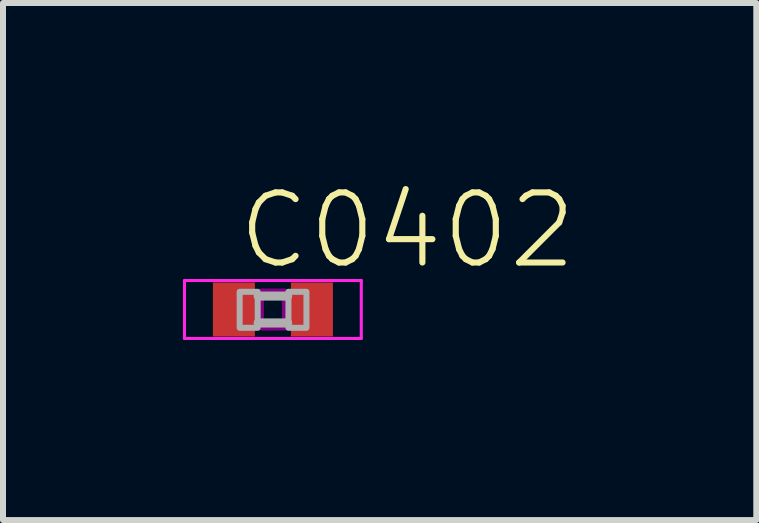
<source format=kicad_pcb>
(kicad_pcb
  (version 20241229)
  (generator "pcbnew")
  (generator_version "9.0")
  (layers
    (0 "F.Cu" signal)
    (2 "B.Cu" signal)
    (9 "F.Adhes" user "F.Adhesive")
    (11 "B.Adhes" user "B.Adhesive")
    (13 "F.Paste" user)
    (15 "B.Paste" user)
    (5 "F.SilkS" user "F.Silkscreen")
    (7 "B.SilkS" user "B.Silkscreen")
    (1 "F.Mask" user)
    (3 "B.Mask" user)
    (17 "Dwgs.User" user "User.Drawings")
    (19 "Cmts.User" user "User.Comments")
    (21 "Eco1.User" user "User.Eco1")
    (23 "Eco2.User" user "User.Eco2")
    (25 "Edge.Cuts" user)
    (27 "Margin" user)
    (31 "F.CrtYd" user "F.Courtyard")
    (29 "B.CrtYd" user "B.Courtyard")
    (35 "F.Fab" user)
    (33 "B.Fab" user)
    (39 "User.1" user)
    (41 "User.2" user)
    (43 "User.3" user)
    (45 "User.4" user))
  (footprint "C0402"
    (layer "F.Cu")
    (at 1.498 2.108)
    (property "Reference" "C0402" (at -0.635 -0.635 0) (layer "F.SilkS") (effects (font (size 1.168 1.168) (thickness 0.102)) (justify left bottom)))
    (fp_poly (pts (xy -0.2 0.3) (xy 0.2 0.3) (xy 0.2 -0.3) (xy -0.2 -0.3)) (stroke (width 0.1) (type solid)) (fill no) (layer "F.Adhes"))
    (fp_line (start -1.473 -0.483) (end 1.473 -0.483) (stroke (width 0.051) (type solid)) (layer "F.CrtYd"))
    (fp_line (start -1.473 0.483) (end -1.473 -0.483) (stroke (width 0.051) (type solid)) (layer "F.CrtYd"))
    (fp_line (start 1.473 -0.483) (end 1.473 0.483) (stroke (width 0.051) (type solid)) (layer "F.CrtYd"))
    (fp_line (start 1.473 0.483) (end -1.473 0.483) (stroke (width 0.051) (type solid)) (layer "F.CrtYd"))
    (fp_line (start -0.245 -0.224) (end 0.245 -0.224) (stroke (width 0.152) (type solid)) (layer "F.Fab"))
    (fp_line (start 0.245 0.224) (end -0.245 0.224) (stroke (width 0.152) (type solid)) (layer "F.Fab"))
    (fp_poly (pts (xy -0.554 0.305) (xy -0.254 0.305) (xy -0.254 -0.295) (xy -0.554 -0.295)) (stroke (width 0.1) (type solid)) (fill no) (layer "F.Fab"))
    (fp_poly (pts (xy 0.259 0.305) (xy 0.559 0.305) (xy 0.559 -0.295) (xy 0.259 -0.295)) (stroke (width 0.1) (type solid)) (fill no) (layer "F.Fab"))
    (pad "1" smd rect (at -0.65 0) (size 0.7 0.9) (layers "F.Cu" "F.Mask" "F.Paste"))
    (pad "2" smd rect (at 0.65 0) (size 0.7 0.9) (layers "F.Cu" "F.Mask" "F.Paste")))
  (gr_rect
    (start -3 -3)
    (end 9.554 5.617)
    (stroke (width 0.1) (type default))
    (fill no)
    (layer "Edge.Cuts")))
</source>
